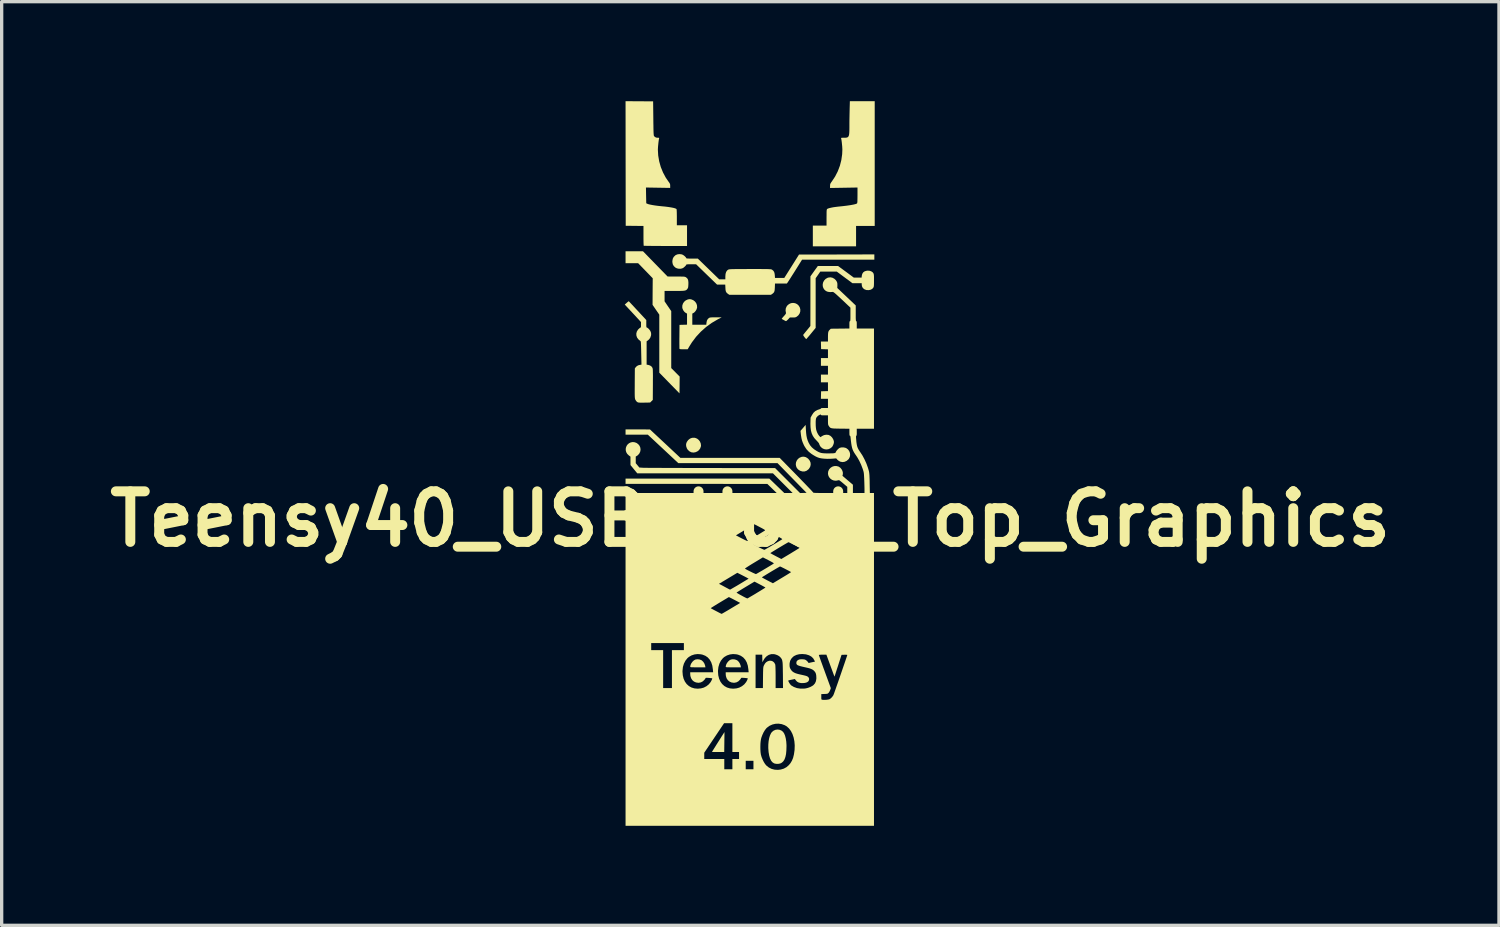
<source format=kicad_pcb>
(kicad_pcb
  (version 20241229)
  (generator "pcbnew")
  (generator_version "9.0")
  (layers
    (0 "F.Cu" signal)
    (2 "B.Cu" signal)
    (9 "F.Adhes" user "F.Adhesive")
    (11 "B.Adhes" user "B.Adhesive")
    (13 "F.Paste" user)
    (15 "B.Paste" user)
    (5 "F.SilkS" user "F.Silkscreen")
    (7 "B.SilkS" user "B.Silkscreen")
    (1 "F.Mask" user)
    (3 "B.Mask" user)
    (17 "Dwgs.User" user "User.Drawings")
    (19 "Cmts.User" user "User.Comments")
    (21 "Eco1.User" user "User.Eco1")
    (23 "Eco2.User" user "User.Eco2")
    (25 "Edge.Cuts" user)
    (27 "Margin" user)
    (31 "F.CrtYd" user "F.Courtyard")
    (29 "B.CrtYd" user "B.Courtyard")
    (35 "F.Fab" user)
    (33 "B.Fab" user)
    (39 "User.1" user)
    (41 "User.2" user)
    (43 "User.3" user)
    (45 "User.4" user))
  (footprint "Teensy40_USB_Host_Top_Graphics"
    (layer "F.Cu")
    (at 19.565 12.594)
    (property "Reference" "Teensy40_USB_Host_Top_Graphics" (at 0 0 0) (layer "F.SilkS") (effects (font (size 1.524 1.524) (thickness 0.3))))
    (attr board_only exclude_from_pos_files exclude_from_bom)
    (fp_poly (pts (xy -1.536 4.232) (xy -1.48 4.252) (xy -1.459 4.264) (xy -1.417 4.305) (xy -1.383 4.358) (xy -1.362 4.417) (xy -1.359 4.431) (xy -1.353 4.47) (xy -1.582 4.47) (xy -1.658 4.47) (xy -1.714 4.469) (xy -1.755 4.468) (xy -1.783 4.467) (xy -1.799 4.464) (xy -1.808 4.46) (xy -1.811 4.454) (xy -1.811 4.451) (xy -1.802 4.401) (xy -1.778 4.349) (xy -1.743 4.301) (xy -1.701 4.261) (xy -1.657 4.237) (xy -1.656 4.236) (xy -1.598 4.227)) (stroke (width 0) (type solid)) (fill yes) (layer "F.SilkS"))
    (fp_poly (pts (xy -0.778 6.433) (xy -0.779 6.462) (xy -0.779 6.507) (xy -0.78 6.565) (xy -0.781 6.634) (xy -0.782 6.71) (xy -0.782 6.723) (xy -0.786 7.023) (xy -1.155 7.023) (xy -1.142 6.998) (xy -1.133 6.983) (xy -1.115 6.954) (xy -1.09 6.913) (xy -1.058 6.863) (xy -1.023 6.806) (xy -0.985 6.746) (xy -0.945 6.683) (xy -0.907 6.623) (xy -0.871 6.565) (xy -0.838 6.514) (xy -0.811 6.472) (xy -0.791 6.441) (xy -0.78 6.424) (xy -0.779 6.422)) (stroke (width 0) (type solid)) (fill yes) (layer "F.SilkS"))
    (fp_poly (pts (xy -0.467 4.232) (xy -0.41 4.252) (xy -0.389 4.264) (xy -0.347 4.305) (xy -0.314 4.358) (xy -0.292 4.417) (xy -0.29 4.431) (xy -0.283 4.47) (xy -0.512 4.47) (xy -0.588 4.47) (xy -0.644 4.469) (xy -0.685 4.468) (xy -0.713 4.467) (xy -0.73 4.464) (xy -0.738 4.46) (xy -0.741 4.454) (xy -0.741 4.451) (xy -0.732 4.401) (xy -0.708 4.349) (xy -0.673 4.301) (xy -0.631 4.261) (xy -0.587 4.237) (xy -0.586 4.236) (xy -0.528 4.227)) (stroke (width 0) (type solid)) (fill yes) (layer "F.SilkS"))
    (fp_poly (pts (xy -1.66 -2.445) (xy -1.604 -2.423) (xy -1.555 -2.384) (xy -1.517 -2.334) (xy -1.493 -2.276) (xy -1.486 -2.216) (xy -1.488 -2.192) (xy -1.509 -2.131) (xy -1.545 -2.08) (xy -1.593 -2.04) (xy -1.65 -2.014) (xy -1.712 -2.003) (xy -1.774 -2.011) (xy -1.785 -2.015) (xy -1.843 -2.046) (xy -1.889 -2.093) (xy -1.913 -2.133) (xy -1.934 -2.199) (xy -1.935 -2.262) (xy -1.914 -2.322) (xy -1.873 -2.379) (xy -1.871 -2.381) (xy -1.817 -2.424) (xy -1.756 -2.447) (xy -1.689 -2.45)) (stroke (width 0) (type solid)) (fill yes) (layer "F.SilkS"))
    (fp_poly (pts (xy 1.677 -1.863) (xy 1.733 -1.827) (xy 1.749 -1.813) (xy 1.793 -1.756) (xy 1.817 -1.696) (xy 1.82 -1.634) (xy 1.804 -1.572) (xy 1.768 -1.515) (xy 1.752 -1.497) (xy 1.697 -1.455) (xy 1.637 -1.434) (xy 1.572 -1.433) (xy 1.506 -1.453) (xy 1.495 -1.458) (xy 1.44 -1.495) (xy 1.401 -1.542) (xy 1.379 -1.596) (xy 1.371 -1.653) (xy 1.379 -1.71) (xy 1.401 -1.763) (xy 1.437 -1.811) (xy 1.486 -1.849) (xy 1.549 -1.874) (xy 1.557 -1.876) (xy 1.617 -1.879)) (stroke (width 0) (type solid)) (fill yes) (layer "F.SilkS"))
    (fp_poly (pts (xy 0.884 6.353) (xy 0.942 6.378) (xy 0.987 6.415) (xy 1.02 6.464) (xy 1.048 6.53) (xy 1.069 6.613) (xy 1.084 6.708) (xy 1.091 6.815) (xy 1.091 6.852) (xy 1.087 6.977) (xy 1.077 7.084) (xy 1.058 7.172) (xy 1.032 7.244) (xy 0.997 7.3) (xy 0.954 7.341) (xy 0.916 7.363) (xy 0.861 7.378) (xy 0.799 7.381) (xy 0.739 7.372) (xy 0.713 7.362) (xy 0.666 7.331) (xy 0.627 7.283) (xy 0.595 7.217) (xy 0.57 7.133) (xy 0.552 7.03) (xy 0.55 7.011) (xy 0.542 6.903) (xy 0.543 6.797) (xy 0.552 6.696) (xy 0.569 6.604) (xy 0.593 6.524) (xy 0.624 6.458) (xy 0.65 6.422) (xy 0.7 6.38) (xy 0.758 6.354) (xy 0.821 6.345)) (stroke (width 0) (type solid)) (fill yes) (layer "F.SilkS"))
    (fp_poly (pts (xy 1.351 -6.505) (xy 1.409 -6.478) (xy 1.412 -6.476) (xy 1.461 -6.43) (xy 1.493 -6.375) (xy 1.508 -6.315) (xy 1.506 -6.253) (xy 1.486 -6.194) (xy 1.45 -6.141) (xy 1.41 -6.107) (xy 1.385 -6.09) (xy 1.363 -6.081) (xy 1.336 -6.076) (xy 1.297 -6.075) (xy 1.279 -6.075) (xy 1.193 -6.075) (xy 1.141 -6.019) (xy 1.113 -5.992) (xy 1.09 -5.972) (xy 1.077 -5.965) (xy 1.076 -5.965) (xy 1.061 -5.97) (xy 1.035 -5.983) (xy 1.012 -5.996) (xy 0.981 -6.013) (xy 0.957 -6.026) (xy 0.948 -6.03) (xy 0.95 -6.039) (xy 0.965 -6.06) (xy 0.988 -6.089) (xy 1.01 -6.113) (xy 1.045 -6.152) (xy 1.066 -6.181) (xy 1.075 -6.201) (xy 1.075 -6.212) (xy 1.063 -6.285) (xy 1.07 -6.35) (xy 1.097 -6.41) (xy 1.119 -6.439) (xy 1.168 -6.48) (xy 1.226 -6.506) (xy 1.289 -6.514)) (stroke (width 0) (type solid)) (fill yes) (layer "F.SilkS"))
    (fp_poly (pts (xy -2.494 -7.31) (xy -2.234 -7.309) (xy -2.153 -7.309) (xy -2.09 -7.308) (xy -2.043 -7.307) (xy -2.008 -7.306) (xy -1.984 -7.303) (xy -1.966 -7.299) (xy -1.953 -7.294) (xy -1.941 -7.287) (xy -1.937 -7.285) (xy -1.906 -7.259) (xy -1.884 -7.229) (xy -1.872 -7.19) (xy -1.866 -7.138) (xy -1.866 -7.081) (xy -1.869 -7.029) (xy -1.872 -6.994) (xy -1.878 -6.969) (xy -1.888 -6.949) (xy -1.893 -6.942) (xy -1.907 -6.923) (xy -1.922 -6.908) (xy -1.94 -6.897) (xy -1.963 -6.888) (xy -1.994 -6.882) (xy -2.036 -6.878) (xy -2.09 -6.876) (xy -2.16 -6.875) (xy -2.248 -6.874) (xy -2.287 -6.874) (xy -2.584 -6.874) (xy -2.584 -6.718) (xy -2.584 -6.562) (xy -2.484 -6.414) (xy -2.383 -6.267) (xy -2.383 -4.55) (xy -2.256 -4.422) (xy -2.129 -4.294) (xy -2.131 -4.041) (xy -2.134 -3.787) (xy -2.439 -4.099) (xy -2.743 -4.411) (xy -2.743 -6.16) (xy -2.845 -6.308) (xy -2.946 -6.456) (xy -2.944 -6.856) (xy -2.941 -7.257) (xy -3.161 -7.484) (xy -3.381 -7.711) (xy -3.76 -7.711) (xy -3.76 -8.071) (xy -3.235 -8.071)) (stroke (width 0) (type solid)) (fill yes) (layer "F.SilkS"))
    (fp_poly (pts (xy -1.78 -6.62) (xy -1.777 -6.62) (xy -1.718 -6.595) (xy -1.668 -6.556) (xy -1.63 -6.505) (xy -1.608 -6.447) (xy -1.603 -6.385) (xy -1.604 -6.372) (xy -1.619 -6.322) (xy -1.647 -6.273) (xy -1.682 -6.233) (xy -1.71 -6.212) (xy -1.748 -6.192) (xy -1.748 -5.857) (xy -1.327 -5.857) (xy -1.321 -5.915) (xy -1.308 -5.979) (xy -1.282 -6.027) (xy -1.247 -6.059) (xy -1.232 -6.067) (xy -1.214 -6.072) (xy -1.191 -6.076) (xy -1.157 -6.078) (xy -1.11 -6.079) (xy -1.045 -6.08) (xy -1.038 -6.08) (xy -0.863 -6.079) (xy -0.98 -6.018) (xy -1.163 -5.911) (xy -1.334 -5.787) (xy -1.491 -5.647) (xy -1.633 -5.494) (xy -1.759 -5.327) (xy -1.84 -5.198) (xy -1.887 -5.116) (xy -2.008 -5.116) (xy -2.066 -5.117) (xy -2.105 -5.119) (xy -2.127 -5.124) (xy -2.135 -5.129) (xy -2.136 -5.143) (xy -2.137 -5.175) (xy -2.137 -5.223) (xy -2.138 -5.284) (xy -2.138 -5.357) (xy -2.138 -5.438) (xy -2.137 -5.497) (xy -2.134 -5.852) (xy -2.02 -5.855) (xy -1.907 -5.858) (xy -1.907 -6.192) (xy -1.946 -6.213) (xy -1.984 -6.243) (xy -2.018 -6.287) (xy -2.042 -6.338) (xy -2.05 -6.371) (xy -2.049 -6.434) (xy -2.03 -6.494) (xy -1.995 -6.547) (xy -1.947 -6.589) (xy -1.889 -6.616) (xy -1.849 -6.625) (xy -1.817 -6.627)) (stroke (width 0) (type solid)) (fill yes) (layer "F.SilkS"))
    (fp_poly (pts (xy 2.883 -7.452) (xy 3.119 -7.277) (xy 3.355 -7.277) (xy 3.36 -7.331) (xy 3.375 -7.39) (xy 3.405 -7.436) (xy 3.451 -7.468) (xy 3.512 -7.484) (xy 3.524 -7.486) (xy 3.588 -7.484) (xy 3.644 -7.467) (xy 3.688 -7.437) (xy 3.707 -7.413) (xy 3.715 -7.398) (xy 3.72 -7.381) (xy 3.724 -7.359) (xy 3.727 -7.328) (xy 3.728 -7.284) (xy 3.728 -7.224) (xy 3.728 -7.192) (xy 3.728 -7.124) (xy 3.727 -7.073) (xy 3.725 -7.037) (xy 3.722 -7.011) (xy 3.717 -6.992) (xy 3.71 -6.977) (xy 3.708 -6.973) (xy 3.673 -6.935) (xy 3.624 -6.91) (xy 3.566 -6.899) (xy 3.502 -6.902) (xy 3.487 -6.906) (xy 3.431 -6.929) (xy 3.39 -6.967) (xy 3.365 -7.017) (xy 3.358 -7.071) (xy 3.358 -7.107) (xy 3.08 -7.107) (xy 2.844 -7.282) (xy 2.608 -7.457) (xy 2.109 -7.457) (xy 2.04 -7.357) (xy 1.97 -7.258) (xy 1.97 -5.761) (xy 1.832 -5.592) (xy 1.79 -5.541) (xy 1.752 -5.497) (xy 1.721 -5.461) (xy 1.699 -5.436) (xy 1.687 -5.424) (xy 1.686 -5.423) (xy 1.676 -5.431) (xy 1.658 -5.451) (xy 1.634 -5.48) (xy 1.633 -5.481) (xy 1.611 -5.512) (xy 1.597 -5.536) (xy 1.594 -5.55) (xy 1.594 -5.55) (xy 1.602 -5.561) (xy 1.622 -5.586) (xy 1.65 -5.621) (xy 1.684 -5.663) (xy 1.706 -5.689) (xy 1.811 -5.818) (xy 1.812 -6.566) (xy 1.812 -7.314) (xy 1.923 -7.47) (xy 2.035 -7.626) (xy 2.646 -7.626)) (stroke (width 0) (type solid)) (fill yes) (layer "F.SilkS"))
    (fp_poly (pts (xy 1.676 -2.691) (xy 1.683 -2.592) (xy 1.693 -2.509) (xy 1.708 -2.437) (xy 1.728 -2.371) (xy 1.755 -2.308) (xy 1.758 -2.3) (xy 1.801 -2.225) (xy 1.854 -2.161) (xy 1.921 -2.103) (xy 1.998 -2.053) (xy 2.046 -2.026) (xy 2.089 -2.007) (xy 2.132 -1.993) (xy 2.18 -1.985) (xy 2.239 -1.98) (xy 2.311 -1.978) (xy 2.347 -1.978) (xy 2.422 -1.979) (xy 2.478 -1.98) (xy 2.519 -1.983) (xy 2.547 -1.989) (xy 2.564 -1.996) (xy 2.574 -2.007) (xy 2.578 -2.019) (xy 2.593 -2.048) (xy 2.619 -2.081) (xy 2.651 -2.114) (xy 2.684 -2.139) (xy 2.698 -2.147) (xy 2.751 -2.159) (xy 2.812 -2.159) (xy 2.869 -2.146) (xy 2.893 -2.136) (xy 2.944 -2.098) (xy 2.981 -2.049) (xy 3.003 -1.992) (xy 3.009 -1.931) (xy 2.999 -1.871) (xy 2.971 -1.816) (xy 2.957 -1.798) (xy 2.904 -1.753) (xy 2.843 -1.725) (xy 2.78 -1.716) (xy 2.716 -1.728) (xy 2.696 -1.736) (xy 2.661 -1.757) (xy 2.627 -1.785) (xy 2.621 -1.792) (xy 2.589 -1.828) (xy 2.483 -1.819) (xy 2.404 -1.815) (xy 2.32 -1.814) (xy 2.238 -1.818) (xy 2.163 -1.825) (xy 2.101 -1.836) (xy 2.091 -1.838) (xy 2.032 -1.857) (xy 1.971 -1.885) (xy 1.904 -1.924) (xy 1.845 -1.962) (xy 1.761 -2.029) (xy 1.692 -2.103) (xy 1.636 -2.189) (xy 1.615 -2.228) (xy 1.583 -2.3) (xy 1.559 -2.367) (xy 1.542 -2.436) (xy 1.529 -2.516) (xy 1.524 -2.554) (xy 1.513 -2.657) (xy 1.591 -2.747) (xy 1.668 -2.838)) (stroke (width 0) (type solid)) (fill yes) (layer "F.SilkS"))
    (fp_poly (pts (xy 3.75 -8.834) (xy 3.188 -8.834) (xy 3.188 -8.22) (xy 1.885 -8.22) (xy 1.885 -8.844) (xy 2.298 -8.844) (xy 2.298 -9.086) (xy 2.299 -9.165) (xy 2.299 -9.225) (xy 2.3 -9.269) (xy 2.302 -9.3) (xy 2.305 -9.321) (xy 2.309 -9.334) (xy 2.315 -9.343) (xy 2.318 -9.346) (xy 2.341 -9.358) (xy 2.381 -9.371) (xy 2.436 -9.384) (xy 2.501 -9.397) (xy 2.573 -9.407) (xy 2.648 -9.416) (xy 2.792 -9.431) (xy 2.915 -9.446) (xy 3.018 -9.461) (xy 3.1 -9.476) (xy 3.161 -9.49) (xy 3.202 -9.504) (xy 3.216 -9.513) (xy 3.221 -9.521) (xy 3.225 -9.539) (xy 3.228 -9.568) (xy 3.229 -9.612) (xy 3.23 -9.671) (xy 3.231 -9.749) (xy 3.231 -9.758) (xy 3.231 -9.992) (xy 2.818 -9.985) (xy 2.404 -9.978) (xy 2.404 -10.041) (xy 2.405 -10.072) (xy 2.409 -10.096) (xy 2.42 -10.119) (xy 2.438 -10.148) (xy 2.461 -10.179) (xy 2.557 -10.324) (xy 2.637 -10.481) (xy 2.7 -10.647) (xy 2.744 -10.82) (xy 2.769 -10.997) (xy 2.775 -11.135) (xy 2.773 -11.178) (xy 2.77 -11.232) (xy 2.764 -11.291) (xy 2.758 -11.351) (xy 2.751 -11.405) (xy 2.744 -11.447) (xy 2.738 -11.472) (xy 2.736 -11.482) (xy 2.741 -11.488) (xy 2.757 -11.491) (xy 2.787 -11.492) (xy 2.827 -11.492) (xy 2.87 -11.493) (xy 2.905 -11.497) (xy 2.932 -11.506) (xy 2.952 -11.522) (xy 2.967 -11.548) (xy 2.977 -11.585) (xy 2.983 -11.636) (xy 2.986 -11.702) (xy 2.987 -11.786) (xy 2.987 -11.848) (xy 2.987 -11.933) (xy 2.988 -12.032) (xy 2.99 -12.136) (xy 2.992 -12.238) (xy 2.994 -12.33) (xy 2.994 -12.338) (xy 3.001 -12.594) (xy 3.75 -12.594)) (stroke (width 0) (type solid)) (fill yes) (layer "F.SilkS"))
    (fp_poly (pts (xy -2.929 -12.589) (xy -2.923 -12.08) (xy -2.922 -11.954) (xy -2.92 -11.848) (xy -2.919 -11.76) (xy -2.917 -11.69) (xy -2.915 -11.635) (xy -2.912 -11.594) (xy -2.909 -11.567) (xy -2.906 -11.552) (xy -2.905 -11.549) (xy -2.875 -11.515) (xy -2.833 -11.496) (xy -2.793 -11.492) (xy -2.763 -11.492) (xy -2.749 -11.487) (xy -2.747 -11.478) (xy -2.748 -11.472) (xy -2.755 -11.444) (xy -2.762 -11.4) (xy -2.769 -11.345) (xy -2.775 -11.285) (xy -2.781 -11.226) (xy -2.784 -11.173) (xy -2.786 -11.135) (xy -2.776 -10.957) (xy -2.746 -10.781) (xy -2.698 -10.61) (xy -2.631 -10.445) (xy -2.548 -10.29) (xy -2.472 -10.179) (xy -2.444 -10.141) (xy -2.427 -10.114) (xy -2.419 -10.092) (xy -2.415 -10.067) (xy -2.415 -10.042) (xy -2.415 -9.98) (xy -2.78 -9.986) (xy -3.145 -9.992) (xy -3.141 -9.754) (xy -3.136 -9.517) (xy -3.094 -9.498) (xy -3.058 -9.486) (xy -3.004 -9.474) (xy -2.936 -9.461) (xy -2.858 -9.449) (xy -2.774 -9.438) (xy -2.687 -9.429) (xy -2.669 -9.427) (xy -2.563 -9.417) (xy -2.469 -9.405) (xy -2.387 -9.392) (xy -2.319 -9.379) (xy -2.268 -9.365) (xy -2.234 -9.35) (xy -2.223 -9.34) (xy -2.22 -9.326) (xy -2.218 -9.294) (xy -2.216 -9.247) (xy -2.215 -9.189) (xy -2.214 -9.122) (xy -2.214 -9.091) (xy -2.214 -8.855) (xy -1.907 -8.855) (xy -1.907 -8.23) (xy -2.556 -8.23) (xy -2.672 -8.23) (xy -2.781 -8.231) (xy -2.882 -8.231) (xy -2.973 -8.232) (xy -3.052 -8.233) (xy -3.117 -8.234) (xy -3.167 -8.235) (xy -3.199 -8.236) (xy -3.213 -8.237) (xy -3.213 -8.237) (xy -3.215 -8.249) (xy -3.216 -8.28) (xy -3.218 -8.326) (xy -3.219 -8.385) (xy -3.22 -8.454) (xy -3.22 -8.53) (xy -3.22 -8.539) (xy -3.22 -8.833) (xy -3.755 -8.839) (xy -3.758 -10.717) (xy -3.76 -12.594)) (stroke (width 0) (type solid)) (fill yes) (layer "F.SilkS"))
    (fp_poly (pts (xy -3.664 -6.564) (xy -3.655 -6.556) (xy -3.634 -6.534) (xy -3.602 -6.5) (xy -3.561 -6.456) (xy -3.511 -6.403) (xy -3.456 -6.343) (xy -3.396 -6.279) (xy -3.135 -5.997) (xy -3.135 -5.885) (xy -3.135 -5.834) (xy -3.133 -5.801) (xy -3.13 -5.782) (xy -3.124 -5.774) (xy -3.119 -5.773) (xy -3.104 -5.766) (xy -3.079 -5.747) (xy -3.056 -5.726) (xy -3.013 -5.67) (xy -2.991 -5.61) (xy -2.989 -5.546) (xy -3.009 -5.48) (xy -3.014 -5.469) (xy -3.044 -5.423) (xy -3.081 -5.387) (xy -3.083 -5.386) (xy -3.125 -5.357) (xy -3.125 -4.653) (xy -3.08 -4.646) (xy -3.023 -4.628) (xy -2.978 -4.598) (xy -2.951 -4.56) (xy -2.947 -4.549) (xy -2.943 -4.535) (xy -2.94 -4.516) (xy -2.938 -4.489) (xy -2.937 -4.453) (xy -2.936 -4.406) (xy -2.935 -4.345) (xy -2.935 -4.269) (xy -2.936 -4.177) (xy -2.936 -4.065) (xy -2.936 -4.057) (xy -2.939 -3.591) (xy -2.979 -3.551) (xy -3.019 -3.511) (xy -3.196 -3.508) (xy -3.262 -3.507) (xy -3.311 -3.507) (xy -3.345 -3.509) (xy -3.37 -3.511) (xy -3.387 -3.516) (xy -3.402 -3.523) (xy -3.409 -3.527) (xy -3.439 -3.555) (xy -3.464 -3.595) (xy -3.465 -3.596) (xy -3.47 -3.609) (xy -3.474 -3.622) (xy -3.477 -3.638) (xy -3.48 -3.66) (xy -3.482 -3.689) (xy -3.483 -3.727) (xy -3.484 -3.777) (xy -3.484 -3.84) (xy -3.484 -3.918) (xy -3.483 -4.015) (xy -3.483 -4.091) (xy -3.48 -4.539) (xy -3.455 -4.573) (xy -3.418 -4.611) (xy -3.369 -4.636) (xy -3.325 -4.646) (xy -3.28 -4.653) (xy -3.288 -5.004) (xy -3.29 -5.101) (xy -3.292 -5.178) (xy -3.294 -5.239) (xy -3.296 -5.285) (xy -3.298 -5.318) (xy -3.301 -5.341) (xy -3.305 -5.355) (xy -3.309 -5.363) (xy -3.312 -5.365) (xy -3.369 -5.411) (xy -3.41 -5.465) (xy -3.432 -5.524) (xy -3.436 -5.585) (xy -3.422 -5.646) (xy -3.388 -5.703) (xy -3.377 -5.716) (xy -3.35 -5.742) (xy -3.326 -5.761) (xy -3.314 -5.768) (xy -3.304 -5.774) (xy -3.298 -5.786) (xy -3.295 -5.81) (xy -3.295 -5.85) (xy -3.295 -5.856) (xy -3.295 -5.937) (xy -3.539 -6.201) (xy -3.784 -6.464) (xy -3.727 -6.515) (xy -3.698 -6.54) (xy -3.676 -6.557) (xy -3.664 -6.564)) (stroke (width 0) (type solid)) (fill yes) (layer "F.SilkS"))
    (fp_poly (pts (xy -2.082 -7.98) (xy -2.05 -7.971) (xy -2.021 -7.956) (xy -1.989 -7.933) (xy -1.96 -7.906) (xy -1.938 -7.88) (xy -1.928 -7.861) (xy -1.928 -7.859) (xy -1.917 -7.855) (xy -1.888 -7.852) (xy -1.84 -7.85) (xy -1.776 -7.849) (xy -1.755 -7.849) (xy -1.581 -7.849) (xy -1.259 -7.537) (xy -0.937 -7.224) (xy -0.752 -7.224) (xy -0.752 -7.312) (xy -0.746 -7.388) (xy -0.728 -7.448) (xy -0.698 -7.492) (xy -0.669 -7.514) (xy -0.661 -7.518) (xy -0.651 -7.522) (xy -0.638 -7.525) (xy -0.62 -7.527) (xy -0.596 -7.529) (xy -0.563 -7.531) (xy -0.521 -7.532) (xy -0.467 -7.533) (xy -0.399 -7.534) (xy -0.317 -7.534) (xy -0.218 -7.534) (xy -0.101 -7.535) (xy -0.006 -7.535) (xy 0.125 -7.535) (xy 0.237 -7.535) (xy 0.33 -7.535) (xy 0.408 -7.534) (xy 0.471 -7.534) (xy 0.522 -7.533) (xy 0.561 -7.531) (xy 0.591 -7.53) (xy 0.613 -7.528) (xy 0.629 -7.525) (xy 0.641 -7.522) (xy 0.65 -7.518) (xy 0.657 -7.514) (xy 0.694 -7.484) (xy 0.72 -7.444) (xy 0.734 -7.389) (xy 0.739 -7.344) (xy 0.744 -7.266) (xy 1.024 -7.266) (xy 1.246 -7.618) (xy 1.468 -7.971) (xy 2.604 -7.973) (xy 3.739 -7.976) (xy 3.739 -7.817) (xy 1.56 -7.817) (xy 1.356 -7.491) (xy 1.308 -7.415) (xy 1.262 -7.343) (xy 1.221 -7.278) (xy 1.185 -7.222) (xy 1.156 -7.177) (xy 1.136 -7.146) (xy 1.126 -7.131) (xy 1.101 -7.097) (xy 0.744 -7.097) (xy 0.74 -6.981) (xy 0.736 -6.92) (xy 0.73 -6.875) (xy 0.718 -6.842) (xy 0.699 -6.816) (xy 0.671 -6.792) (xy 0.657 -6.782) (xy 0.622 -6.758) (xy -0.632 -6.758) (xy -0.667 -6.782) (xy -0.701 -6.808) (xy -0.724 -6.835) (xy -0.739 -6.868) (xy -0.747 -6.913) (xy -0.75 -6.964) (xy -0.755 -7.065) (xy -0.878 -7.065) (xy -1.001 -7.065) (xy -1.318 -7.372) (xy -1.634 -7.679) (xy -1.781 -7.679) (xy -1.839 -7.679) (xy -1.885 -7.677) (xy -1.915 -7.674) (xy -1.928 -7.67) (xy -1.928 -7.669) (xy -1.936 -7.651) (xy -1.956 -7.627) (xy -1.984 -7.6) (xy -2.014 -7.575) (xy -2.037 -7.561) (xy -2.092 -7.544) (xy -2.152 -7.543) (xy -2.212 -7.556) (xy -2.258 -7.579) (xy -2.307 -7.625) (xy -2.337 -7.679) (xy -2.349 -7.745) (xy -2.349 -7.776) (xy -2.338 -7.843) (xy -2.31 -7.898) (xy -2.264 -7.944) (xy -2.25 -7.954) (xy -2.201 -7.976) (xy -2.142 -7.985)) (stroke (width 0) (type solid)) (fill yes) (layer "F.SilkS"))
    (fp_poly (pts (xy 2.478 -7.272) (xy 2.534 -7.241) (xy 2.581 -7.196) (xy 2.604 -7.16) (xy 2.618 -7.128) (xy 2.624 -7.097) (xy 2.625 -7.057) (xy 2.625 -7.038) (xy 2.622 -6.964) (xy 2.9 -6.701) (xy 3.178 -6.437) (xy 3.178 -6.2) (xy 3.178 -6.122) (xy 3.178 -6.063) (xy 3.18 -6.021) (xy 3.182 -5.992) (xy 3.185 -5.974) (xy 3.189 -5.966) (xy 3.194 -5.963) (xy 3.201 -5.96) (xy 3.206 -5.947) (xy 3.208 -5.922) (xy 3.209 -5.881) (xy 3.209 -5.852) (xy 3.209 -5.741) (xy 3.728 -5.741) (xy 3.728 -2.722) (xy 3.209 -2.722) (xy 3.209 -2.616) (xy 3.209 -2.565) (xy 3.206 -2.532) (xy 3.202 -2.515) (xy 3.196 -2.51) (xy 3.19 -2.506) (xy 3.187 -2.491) (xy 3.187 -2.461) (xy 3.19 -2.414) (xy 3.191 -2.407) (xy 3.198 -2.322) (xy 3.208 -2.253) (xy 3.22 -2.196) (xy 3.237 -2.146) (xy 3.26 -2.099) (xy 3.29 -2.051) (xy 3.317 -2.011) (xy 3.384 -1.908) (xy 3.446 -1.791) (xy 3.502 -1.666) (xy 3.547 -1.54) (xy 3.571 -1.459) (xy 3.578 -1.429) (xy 3.583 -1.398) (xy 3.587 -1.363) (xy 3.591 -1.32) (xy 3.593 -1.266) (xy 3.596 -1.198) (xy 3.598 -1.114) (xy 3.598 -1.078) (xy 3.604 -0.784) (xy 3.728 -0.784) (xy 3.728 9.247) (xy -3.76 9.247) (xy -3.76 7.234) (xy -1.388 7.234) (xy -0.784 7.234) (xy -0.784 7.542) (xy -0.54 7.542) (xy -0.138 7.542) (xy 0.095 7.542) (xy 0.095 7.287) (xy -0.138 7.287) (xy -0.138 7.542) (xy -0.54 7.542) (xy -0.54 7.234) (xy -0.339 7.234) (xy -0.339 7.023) (xy -0.54 7.023) (xy -0.54 6.861) (xy 0.303 6.861) (xy 0.304 6.947) (xy 0.309 7.027) (xy 0.318 7.094) (xy 0.321 7.107) (xy 0.341 7.177) (xy 0.371 7.25) (xy 0.406 7.321) (xy 0.445 7.383) (xy 0.483 7.429) (xy 0.556 7.488) (xy 0.641 7.531) (xy 0.733 7.555) (xy 0.833 7.561) (xy 0.917 7.551) (xy 1.009 7.524) (xy 1.091 7.479) (xy 1.153 7.426) (xy 1.21 7.36) (xy 1.255 7.284) (xy 1.29 7.198) (xy 1.315 7.097) (xy 1.332 6.98) (xy 1.335 6.953) (xy 1.339 6.823) (xy 1.329 6.7) (xy 1.306 6.585) (xy 1.271 6.481) (xy 1.224 6.389) (xy 1.166 6.312) (xy 1.098 6.25) (xy 1.038 6.215) (xy 0.947 6.182) (xy 0.852 6.168) (xy 0.757 6.172) (xy 0.665 6.194) (xy 0.579 6.233) (xy 0.503 6.289) (xy 0.487 6.304) (xy 0.443 6.359) (xy 0.401 6.428) (xy 0.364 6.507) (xy 0.334 6.588) (xy 0.322 6.636) (xy 0.312 6.699) (xy 0.305 6.777) (xy 0.303 6.861) (xy -0.54 6.861) (xy -0.54 6.154) (xy -0.79 6.154) (xy -1.388 7.044) (xy -1.388 7.234) (xy -3.76 7.234) (xy -3.76 3.951) (xy -2.987 3.951) (xy -2.627 3.951) (xy -2.627 5.095) (xy -2.362 5.095) (xy -2.362 4.597) (xy -2.044 4.597) (xy -2.035 4.71) (xy -2.011 4.811) (xy -1.971 4.9) (xy -1.918 4.974) (xy -1.851 5.034) (xy -1.773 5.078) (xy -1.684 5.105) (xy -1.586 5.114) (xy -1.488 5.105) (xy -1.401 5.081) (xy -1.321 5.039) (xy -1.251 4.983) (xy -1.195 4.914) (xy -1.169 4.866) (xy -1.155 4.835) (xy -1.147 4.812) (xy -1.146 4.804) (xy -1.159 4.799) (xy -1.187 4.795) (xy -1.224 4.791) (xy -1.263 4.788) (xy -1.3 4.786) (xy -1.329 4.786) (xy -1.343 4.788) (xy -1.344 4.789) (xy -1.352 4.803) (xy -1.368 4.827) (xy -1.381 4.844) (xy -1.43 4.892) (xy -1.49 4.924) (xy -1.557 4.936) (xy -1.565 4.936) (xy -1.636 4.926) (xy -1.698 4.899) (xy -1.748 4.856) (xy -1.784 4.799) (xy -1.806 4.73) (xy -1.811 4.669) (xy -1.811 4.618) (xy -1.12 4.618) (xy -1.122 4.597) (xy -0.974 4.597) (xy -0.966 4.71) (xy -0.941 4.811) (xy -0.901 4.9) (xy -0.848 4.974) (xy -0.781 5.034) (xy -0.703 5.078) (xy -0.614 5.105) (xy -0.516 5.114) (xy -0.418 5.105) (xy -0.38 5.095) (xy 0.159 5.095) (xy 0.38 5.095) (xy 0.383 4.78) (xy 0.384 4.689) (xy 0.385 4.618) (xy 0.387 4.562) (xy 0.388 4.519) (xy 0.391 4.487) (xy 0.394 4.463) (xy 0.398 4.444) (xy 0.404 4.428) (xy 0.411 4.412) (xy 0.411 4.412) (xy 0.441 4.358) (xy 0.475 4.319) (xy 0.52 4.29) (xy 0.524 4.288) (xy 0.577 4.271) (xy 0.631 4.273) (xy 0.68 4.292) (xy 0.72 4.327) (xy 0.748 4.376) (xy 0.751 4.384) (xy 0.755 4.41) (xy 0.758 4.456) (xy 0.76 4.522) (xy 0.762 4.608) (xy 0.763 4.714) (xy 0.763 4.76) (xy 0.763 5.095) (xy 0.986 5.095) (xy 0.984 4.868) (xy 1.145 4.868) (xy 1.145 4.881) (xy 1.156 4.906) (xy 1.173 4.937) (xy 1.194 4.969) (xy 1.216 4.997) (xy 1.235 5.016) (xy 1.315 5.063) (xy 1.407 5.096) (xy 1.508 5.112) (xy 1.616 5.112) (xy 1.674 5.105) (xy 1.741 5.088) (xy 1.81 5.062) (xy 1.871 5.029) (xy 1.905 5.004) (xy 1.949 4.953) (xy 1.978 4.889) (xy 1.991 4.811) (xy 1.991 4.788) (xy 1.988 4.72) (xy 1.979 4.668) (xy 1.961 4.625) (xy 1.933 4.587) (xy 1.932 4.586) (xy 1.904 4.559) (xy 1.872 4.537) (xy 1.832 4.518) (xy 1.781 4.5) (xy 1.715 4.483) (xy 1.657 4.47) (xy 1.574 4.451) (xy 1.51 4.435) (xy 1.462 4.42) (xy 1.428 4.406) (xy 1.406 4.389) (xy 1.394 4.371) (xy 1.388 4.349) (xy 1.388 4.333) (xy 1.397 4.291) (xy 1.426 4.258) (xy 1.465 4.238) (xy 1.502 4.229) (xy 1.551 4.227) (xy 1.601 4.229) (xy 1.643 4.236) (xy 1.656 4.241) (xy 1.684 4.258) (xy 1.714 4.284) (xy 1.739 4.312) (xy 1.749 4.332) (xy 1.762 4.337) (xy 1.79 4.333) (xy 1.822 4.325) (xy 1.863 4.316) (xy 1.888 4.311) (xy 1.949 4.299) (xy 1.933 4.263) (xy 1.895 4.198) (xy 1.84 4.146) (xy 1.77 4.107) (xy 1.741 4.098) (xy 2.065 4.098) (xy 2.069 4.109) (xy 2.079 4.139) (xy 2.095 4.184) (xy 2.116 4.244) (xy 2.142 4.316) (xy 2.172 4.398) (xy 2.204 4.488) (xy 2.24 4.584) (xy 2.246 4.602) (xy 2.427 5.097) (xy 2.409 5.15) (xy 2.392 5.189) (xy 2.371 5.224) (xy 2.362 5.236) (xy 2.346 5.252) (xy 2.332 5.262) (xy 2.312 5.268) (xy 2.281 5.271) (xy 2.236 5.273) (xy 2.14 5.277) (xy 2.14 5.36) (xy 2.14 5.402) (xy 2.142 5.427) (xy 2.147 5.44) (xy 2.157 5.445) (xy 2.169 5.448) (xy 2.206 5.451) (xy 2.252 5.451) (xy 2.302 5.448) (xy 2.346 5.442) (xy 2.38 5.434) (xy 2.39 5.43) (xy 2.428 5.403) (xy 2.467 5.363) (xy 2.499 5.319) (xy 2.505 5.307) (xy 2.511 5.292) (xy 2.524 5.259) (xy 2.541 5.211) (xy 2.563 5.149) (xy 2.588 5.077) (xy 2.617 4.995) (xy 2.648 4.907) (xy 2.68 4.814) (xy 2.713 4.718) (xy 2.746 4.623) (xy 2.778 4.529) (xy 2.809 4.439) (xy 2.838 4.355) (xy 2.864 4.279) (xy 2.886 4.213) (xy 2.904 4.16) (xy 2.916 4.122) (xy 2.923 4.101) (xy 2.923 4.097) (xy 2.914 4.093) (xy 2.888 4.091) (xy 2.851 4.09) (xy 2.837 4.091) (xy 2.75 4.094) (xy 2.721 4.184) (xy 2.709 4.221) (xy 2.692 4.273) (xy 2.671 4.338) (xy 2.649 4.409) (xy 2.625 4.483) (xy 2.615 4.512) (xy 2.539 4.751) (xy 2.521 4.708) (xy 2.513 4.687) (xy 2.499 4.65) (xy 2.48 4.598) (xy 2.457 4.535) (xy 2.431 4.465) (xy 2.403 4.389) (xy 2.399 4.377) (xy 2.294 4.089) (xy 2.18 4.089) (xy 2.133 4.089) (xy 2.096 4.092) (xy 2.072 4.095) (xy 2.065 4.098) (xy 1.741 4.098) (xy 1.685 4.081) (xy 1.662 4.077) (xy 1.565 4.069) (xy 1.474 4.075) (xy 1.392 4.095) (xy 1.323 4.128) (xy 1.288 4.153) (xy 1.235 4.211) (xy 1.201 4.274) (xy 1.185 4.345) (xy 1.183 4.385) (xy 1.184 4.432) (xy 1.189 4.466) (xy 1.2 4.497) (xy 1.213 4.522) (xy 1.24 4.563) (xy 1.272 4.596) (xy 1.314 4.625) (xy 1.367 4.649) (xy 1.435 4.67) (xy 1.52 4.69) (xy 1.553 4.697) (xy 1.607 4.709) (xy 1.656 4.721) (xy 1.695 4.733) (xy 1.719 4.743) (xy 1.72 4.743) (xy 1.756 4.774) (xy 1.773 4.811) (xy 1.77 4.854) (xy 1.769 4.856) (xy 1.747 4.895) (xy 1.708 4.922) (xy 1.652 4.939) (xy 1.603 4.944) (xy 1.525 4.944) (xy 1.462 4.93) (xy 1.41 4.902) (xy 1.369 4.858) (xy 1.361 4.847) (xy 1.345 4.822) (xy 1.248 4.842) (xy 1.205 4.851) (xy 1.17 4.86) (xy 1.149 4.866) (xy 1.145 4.868) (xy 0.984 4.868) (xy 0.983 4.7) (xy 0.981 4.591) (xy 0.98 4.5) (xy 0.978 4.427) (xy 0.976 4.367) (xy 0.972 4.32) (xy 0.966 4.283) (xy 0.96 4.254) (xy 0.951 4.23) (xy 0.939 4.209) (xy 0.925 4.189) (xy 0.91 4.171) (xy 0.868 4.132) (xy 0.811 4.101) (xy 0.747 4.079) (xy 0.709 4.072) (xy 0.631 4.073) (xy 0.559 4.094) (xy 0.495 4.134) (xy 0.438 4.192) (xy 0.402 4.249) (xy 0.365 4.316) (xy 0.359 4.089) (xy 0.159 4.089) (xy 0.159 5.095) (xy -0.38 5.095) (xy -0.331 5.081) (xy -0.251 5.039) (xy -0.181 4.983) (xy -0.125 4.914) (xy -0.099 4.866) (xy -0.085 4.835) (xy -0.077 4.812) (xy -0.076 4.804) (xy -0.089 4.799) (xy -0.117 4.795) (xy -0.154 4.791) (xy -0.194 4.788) (xy -0.231 4.786) (xy -0.259 4.786) (xy -0.273 4.788) (xy -0.274 4.789) (xy -0.282 4.803) (xy -0.299 4.827) (xy -0.311 4.844) (xy -0.36 4.892) (xy -0.42 4.924) (xy -0.488 4.936) (xy -0.495 4.936) (xy -0.567 4.926) (xy -0.628 4.899) (xy -0.678 4.856) (xy -0.715 4.799) (xy -0.736 4.73) (xy -0.741 4.669) (xy -0.741 4.618) (xy -0.05 4.618) (xy -0.058 4.532) (xy -0.075 4.419) (xy -0.107 4.321) (xy -0.153 4.239) (xy -0.213 4.172) (xy -0.286 4.122) (xy -0.371 4.088) (xy -0.424 4.077) (xy -0.521 4.07) (xy -0.614 4.082) (xy -0.702 4.111) (xy -0.78 4.156) (xy -0.824 4.193) (xy -0.886 4.27) (xy -0.931 4.359) (xy -0.961 4.46) (xy -0.974 4.571) (xy -0.974 4.597) (xy -1.122 4.597) (xy -1.128 4.532) (xy -1.145 4.419) (xy -1.177 4.321) (xy -1.223 4.239) (xy -1.282 4.172) (xy -1.355 4.122) (xy -1.441 4.088) (xy -1.494 4.077) (xy -1.59 4.07) (xy -1.684 4.082) (xy -1.772 4.111) (xy -1.85 4.156) (xy -1.894 4.193) (xy -1.955 4.27) (xy -2.001 4.359) (xy -2.031 4.46) (xy -2.043 4.571) (xy -2.044 4.597) (xy -2.362 4.597) (xy -2.362 3.951) (xy -2.002 3.951) (xy -2.002 3.739) (xy -2.987 3.739) (xy -2.987 3.951) (xy -3.76 3.951) (xy -3.76 2.688) (xy -1.192 2.688) (xy -1.181 2.695) (xy -1.155 2.709) (xy -1.118 2.729) (xy -1.073 2.753) (xy -1.025 2.778) (xy -0.977 2.803) (xy -0.933 2.826) (xy -0.897 2.844) (xy -0.873 2.855) (xy -0.865 2.859) (xy -0.854 2.854) (xy -0.827 2.839) (xy -0.787 2.816) (xy -0.735 2.786) (xy -0.675 2.751) (xy -0.608 2.711) (xy -0.58 2.694) (xy -0.305 2.529) (xy -0.393 2.482) (xy -0.446 2.454) (xy -0.503 2.424) (xy -0.555 2.397) (xy -0.563 2.393) (xy -0.645 2.352) (xy -0.921 2.517) (xy -0.99 2.559) (xy -1.052 2.597) (xy -1.105 2.63) (xy -1.148 2.657) (xy -1.177 2.676) (xy -1.191 2.686) (xy -1.192 2.688) (xy -3.76 2.688) (xy -3.76 2.217) (xy -0.414 2.217) (xy -0.406 2.225) (xy -0.384 2.239) (xy -0.349 2.26) (xy -0.307 2.284) (xy -0.26 2.309) (xy -0.213 2.335) (xy -0.169 2.358) (xy -0.131 2.377) (xy -0.103 2.389) (xy -0.09 2.394) (xy -0.079 2.389) (xy -0.051 2.374) (xy -0.011 2.35) (xy 0.041 2.32) (xy 0.101 2.285) (xy 0.168 2.245) (xy 0.188 2.232) (xy 0.256 2.191) (xy 0.317 2.154) (xy 0.37 2.121) (xy 0.412 2.095) (xy 0.441 2.076) (xy 0.455 2.066) (xy 0.455 2.065) (xy 0.447 2.058) (xy 0.422 2.044) (xy 0.384 2.023) (xy 0.337 1.997) (xy 0.291 1.973) (xy 0.126 1.887) (xy -0.142 2.048) (xy -0.21 2.089) (xy -0.272 2.127) (xy -0.325 2.16) (xy -0.368 2.187) (xy -0.398 2.206) (xy -0.413 2.216) (xy -0.414 2.217) (xy -3.76 2.217) (xy -3.76 1.953) (xy -0.944 1.953) (xy -0.85 2.002) (xy -0.8 2.029) (xy -0.748 2.057) (xy -0.702 2.082) (xy -0.688 2.089) (xy -0.654 2.108) (xy -0.626 2.121) (xy -0.611 2.128) (xy -0.611 2.128) (xy -0.6 2.123) (xy -0.573 2.108) (xy -0.533 2.085) (xy -0.481 2.055) (xy -0.42 2.02) (xy -0.353 1.98) (xy -0.326 1.964) (xy -0.051 1.798) (xy -0.107 1.767) (xy -0.123 1.758) (xy 0.35 1.758) (xy 0.359 1.765) (xy 0.384 1.779) (xy 0.421 1.8) (xy 0.469 1.825) (xy 0.515 1.85) (xy 0.681 1.936) (xy 0.955 1.771) (xy 1.023 1.73) (xy 1.086 1.692) (xy 1.139 1.659) (xy 1.182 1.632) (xy 1.212 1.612) (xy 1.227 1.602) (xy 1.229 1.601) (xy 1.22 1.594) (xy 1.195 1.58) (xy 1.16 1.561) (xy 1.116 1.538) (xy 1.068 1.513) (xy 1.02 1.488) (xy 0.975 1.466) (xy 0.937 1.447) (xy 0.909 1.435) (xy 0.896 1.43) (xy 0.896 1.43) (xy 0.885 1.435) (xy 0.859 1.45) (xy 0.82 1.472) (xy 0.772 1.5) (xy 0.717 1.533) (xy 0.657 1.568) (xy 0.596 1.605) (xy 0.536 1.641) (xy 0.48 1.675) (xy 0.431 1.706) (xy 0.391 1.73) (xy 0.363 1.748) (xy 0.35 1.757) (xy 0.35 1.758) (xy -0.123 1.758) (xy -0.141 1.749) (xy -0.186 1.725) (xy -0.237 1.699) (xy -0.277 1.678) (xy -0.391 1.621) (xy -0.667 1.787) (xy -0.944 1.953) (xy -3.76 1.953) (xy -3.76 1.495) (xy -0.161 1.495) (xy -0.145 1.506) (xy -0.115 1.523) (xy -0.074 1.545) (xy -0.027 1.569) (xy 0.022 1.593) (xy 0.07 1.617) (xy 0.113 1.636) (xy 0.146 1.651) (xy 0.167 1.659) (xy 0.171 1.659) (xy 0.184 1.653) (xy 0.213 1.637) (xy 0.255 1.613) (xy 0.308 1.582) (xy 0.369 1.547) (xy 0.435 1.507) (xy 0.441 1.504) (xy 0.508 1.464) (xy 0.569 1.427) (xy 0.622 1.395) (xy 0.664 1.369) (xy 0.693 1.351) (xy 0.707 1.342) (xy 0.707 1.342) (xy 0.707 1.335) (xy 0.694 1.323) (xy 0.666 1.305) (xy 0.622 1.281) (xy 0.56 1.248) (xy 0.551 1.243) (xy 0.38 1.156) (xy 0.105 1.322) (xy 0.037 1.363) (xy -0.024 1.401) (xy -0.077 1.435) (xy -0.119 1.462) (xy -0.147 1.482) (xy -0.161 1.493) (xy -0.161 1.495) (xy -3.76 1.495) (xy -3.76 1.027) (xy 0.604 1.027) (xy 0.613 1.034) (xy 0.638 1.048) (xy 0.675 1.069) (xy 0.723 1.094) (xy 0.769 1.119) (xy 0.935 1.205) (xy 1.209 1.041) (xy 1.277 0.999) (xy 1.34 0.961) (xy 1.393 0.928) (xy 1.436 0.901) (xy 1.467 0.882) (xy 1.481 0.871) (xy 1.483 0.87) (xy 1.474 0.863) (xy 1.449 0.849) (xy 1.414 0.829) (xy 1.37 0.806) (xy 1.322 0.781) (xy 1.274 0.757) (xy 1.229 0.734) (xy 1.191 0.716) (xy 1.164 0.703) (xy 1.151 0.699) (xy 1.151 0.699) (xy 1.14 0.704) (xy 1.113 0.719) (xy 1.075 0.741) (xy 1.026 0.769) (xy 0.971 0.802) (xy 0.911 0.838) (xy 0.85 0.874) (xy 0.79 0.911) (xy 0.734 0.945) (xy 0.685 0.975) (xy 0.645 1) (xy 0.617 1.018) (xy 0.604 1.027) (xy 0.604 1.027) (xy -3.76 1.027) (xy -3.76 0.757) (xy 0.087 0.757) (xy 0.093 0.764) (xy 0.116 0.777) (xy 0.15 0.796) (xy 0.193 0.819) (xy 0.24 0.843) (xy 0.289 0.868) (xy 0.335 0.89) (xy 0.375 0.909) (xy 0.406 0.922) (xy 0.423 0.928) (xy 0.425 0.928) (xy 0.439 0.922) (xy 0.468 0.906) (xy 0.51 0.882) (xy 0.562 0.852) (xy 0.623 0.816) (xy 0.689 0.777) (xy 0.695 0.773) (xy 0.762 0.733) (xy 0.823 0.696) (xy 0.875 0.664) (xy 0.918 0.638) (xy 0.947 0.62) (xy 0.96 0.611) (xy 0.961 0.61) (xy 0.96 0.603) (xy 0.948 0.592) (xy 0.921 0.575) (xy 0.879 0.551) (xy 0.82 0.52) (xy 0.805 0.512) (xy 0.637 0.426) (xy 0.364 0.59) (xy 0.295 0.631) (xy 0.233 0.669) (xy 0.178 0.701) (xy 0.135 0.728) (xy 0.104 0.747) (xy 0.088 0.756) (xy 0.087 0.757) (xy -3.76 0.757) (xy -3.76 0.492) (xy -0.433 0.492) (xy -0.267 0.579) (xy -0.212 0.607) (xy -0.164 0.631) (xy -0.124 0.649) (xy -0.097 0.66) (xy -0.086 0.662) (xy -0.074 0.655) (xy -0.045 0.639) (xy -0.004 0.615) (xy 0.048 0.584) (xy 0.109 0.549) (xy 0.175 0.509) (xy 0.179 0.507) (xy 0.245 0.467) (xy 0.306 0.43) (xy 0.358 0.398) (xy 0.4 0.372) (xy 0.429 0.354) (xy 0.443 0.345) (xy 0.443 0.344) (xy 0.444 0.338) (xy 0.436 0.328) (xy 0.416 0.314) (xy 0.382 0.294) (xy 0.332 0.267) (xy 0.29 0.245) (xy 0.123 0.158) (xy -0.155 0.325) (xy -0.433 0.492) (xy -3.76 0.492) (xy -3.76 -0.784) (xy 0.796 -0.784) (xy 0.655 -0.921) (xy 0.514 -1.058) (xy -1.623 -1.059) (xy -3.76 -1.059) (xy -3.76 -1.218) (xy 0.575 -1.218) (xy 0.8 -1.001) (xy 1.025 -0.784) (xy 1.276 -0.784) (xy 0.98 -1.08) (xy 0.683 -1.377) (xy -3.407 -1.377) (xy -3.611 -1.626) (xy -3.612 -1.754) (xy -3.612 -1.881) (xy -3.659 -1.915) (xy -3.708 -1.961) (xy -3.74 -2.016) (xy -3.755 -2.078) (xy -3.752 -2.141) (xy -3.73 -2.201) (xy -3.705 -2.24) (xy -3.656 -2.284) (xy -3.601 -2.31) (xy -3.542 -2.32) (xy -3.483 -2.313) (xy -3.427 -2.292) (xy -3.378 -2.256) (xy -3.338 -2.207) (xy -3.314 -2.148) (xy -3.308 -2.086) (xy -3.32 -2.025) (xy -3.349 -1.968) (xy -3.393 -1.921) (xy -3.417 -1.904) (xy -3.453 -1.883) (xy -3.453 -1.683) (xy -3.344 -1.552) (xy -3.232 -1.545) (xy -3.209 -1.544) (xy -3.167 -1.544) (xy -3.106 -1.543) (xy -3.027 -1.542) (xy -2.931 -1.542) (xy -2.82 -1.541) (xy -2.694 -1.541) (xy -2.555 -1.54) (xy -2.404 -1.539) (xy -2.242 -1.539) (xy -2.071 -1.539) (xy -1.89 -1.538) (xy -1.702 -1.538) (xy -1.507 -1.538) (xy -1.307 -1.537) (xy -1.186 -1.537) (xy 0.747 -1.536) (xy 1.5 -0.783) (xy 1.598 -0.786) (xy 1.696 -0.789) (xy 1.258 -1.237) (xy 0.821 -1.684) (xy -0.674 -1.684) (xy -2.169 -1.684) (xy -2.628 -2.113) (xy -3.088 -2.542) (xy -3.76 -2.542) (xy -3.76 -2.701) (xy -3.392 -2.701) (xy -3.024 -2.7) (xy -2.565 -2.272) (xy -2.107 -1.843) (xy 0.886 -1.843) (xy 1.389 -1.33) (xy 1.474 -1.243) (xy 1.554 -1.16) (xy 1.629 -1.083) (xy 1.697 -1.012) (xy 1.757 -0.949) (xy 1.808 -0.896) (xy 1.848 -0.853) (xy 1.876 -0.822) (xy 1.892 -0.804) (xy 1.894 -0.8) (xy 1.897 -0.796) (xy 1.904 -0.793) (xy 1.918 -0.791) (xy 1.939 -0.789) (xy 1.971 -0.787) (xy 2.014 -0.786) (xy 2.071 -0.785) (xy 2.142 -0.784) (xy 2.23 -0.784) (xy 2.336 -0.784) (xy 2.41 -0.784) (xy 2.923 -0.784) (xy 2.923 -0.97) (xy 2.801 -1.074) (xy 2.754 -1.114) (xy 2.72 -1.141) (xy 2.696 -1.159) (xy 2.679 -1.168) (xy 2.666 -1.17) (xy 2.653 -1.168) (xy 2.646 -1.166) (xy 2.582 -1.154) (xy 2.519 -1.16) (xy 2.461 -1.182) (xy 2.411 -1.219) (xy 2.372 -1.266) (xy 2.348 -1.324) (xy 2.341 -1.377) (xy 2.35 -1.441) (xy 2.377 -1.497) (xy 2.417 -1.542) (xy 2.468 -1.576) (xy 2.526 -1.595) (xy 2.589 -1.598) (xy 2.651 -1.584) (xy 2.667 -1.577) (xy 2.713 -1.545) (xy 2.751 -1.5) (xy 2.778 -1.448) (xy 2.791 -1.393) (xy 2.788 -1.342) (xy 2.787 -1.337) (xy 2.777 -1.303) (xy 2.935 -1.168) (xy 3.093 -1.034) (xy 3.093 -0.784) (xy 3.442 -0.784) (xy 3.442 -0.908) (xy 3.441 -0.963) (xy 3.439 -1.033) (xy 3.437 -1.108) (xy 3.434 -1.184) (xy 3.433 -1.218) (xy 3.429 -1.287) (xy 3.426 -1.34) (xy 3.422 -1.381) (xy 3.416 -1.417) (xy 3.407 -1.451) (xy 3.395 -1.489) (xy 3.386 -1.516) (xy 3.34 -1.636) (xy 3.285 -1.754) (xy 3.224 -1.861) (xy 3.195 -1.905) (xy 3.157 -1.96) (xy 3.126 -2.009) (xy 3.102 -2.055) (xy 3.082 -2.101) (xy 3.067 -2.15) (xy 3.054 -2.207) (xy 3.043 -2.275) (xy 3.033 -2.356) (xy 3.023 -2.449) (xy 3.018 -2.488) (xy 3.009 -2.507) (xy 3.002 -2.51) (xy 2.995 -2.514) (xy 2.99 -2.529) (xy 2.988 -2.557) (xy 2.987 -2.603) (xy 2.987 -2.616) (xy 2.987 -2.721) (xy 2.718 -2.724) (xy 2.63 -2.725) (xy 2.561 -2.727) (xy 2.508 -2.729) (xy 2.468 -2.734) (xy 2.438 -2.74) (xy 2.416 -2.749) (xy 2.399 -2.762) (xy 2.384 -2.779) (xy 2.369 -2.801) (xy 2.365 -2.807) (xy 2.355 -2.823) (xy 2.348 -2.84) (xy 2.344 -2.863) (xy 2.342 -2.895) (xy 2.341 -2.941) (xy 2.341 -2.983) (xy 2.341 -3.125) (xy 2.235 -3.125) (xy 2.186 -3.125) (xy 2.154 -3.127) (xy 2.136 -3.131) (xy 2.13 -3.137) (xy 2.129 -3.141) (xy 2.127 -3.15) (xy 2.116 -3.15) (xy 2.093 -3.142) (xy 2.089 -3.14) (xy 2.038 -3.11) (xy 2 -3.07) (xy 1.981 -3.03) (xy 1.975 -2.994) (xy 1.971 -2.943) (xy 1.971 -2.883) (xy 1.972 -2.82) (xy 1.976 -2.761) (xy 1.983 -2.71) (xy 1.986 -2.691) (xy 2.009 -2.621) (xy 2.04 -2.557) (xy 2.076 -2.506) (xy 2.087 -2.495) (xy 2.116 -2.467) (xy 2.164 -2.501) (xy 2.222 -2.529) (xy 2.287 -2.541) (xy 2.351 -2.536) (xy 2.368 -2.531) (xy 2.418 -2.505) (xy 2.462 -2.462) (xy 2.496 -2.41) (xy 2.517 -2.354) (xy 2.521 -2.317) (xy 2.514 -2.275) (xy 2.497 -2.227) (xy 2.473 -2.184) (xy 2.46 -2.168) (xy 2.407 -2.127) (xy 2.348 -2.103) (xy 2.285 -2.097) (xy 2.223 -2.108) (xy 2.166 -2.136) (xy 2.12 -2.178) (xy 2.099 -2.21) (xy 2.083 -2.242) (xy 2.08 -2.254) (xy 2.071 -2.278) (xy 2.049 -2.309) (xy 2.013 -2.349) (xy 1.992 -2.371) (xy 1.931 -2.438) (xy 1.885 -2.507) (xy 1.851 -2.582) (xy 1.828 -2.666) (xy 1.816 -2.762) (xy 1.812 -2.874) (xy 1.813 -2.905) (xy 1.817 -3.056) (xy 1.86 -3.135) (xy 1.904 -3.202) (xy 1.956 -3.251) (xy 2.02 -3.286) (xy 2.067 -3.302) (xy 2.102 -3.314) (xy 2.124 -3.325) (xy 2.129 -3.333) (xy 2.134 -3.34) (xy 2.151 -3.344) (xy 2.184 -3.346) (xy 2.234 -3.347) (xy 2.341 -3.347) (xy 2.341 -3.623) (xy 2.128 -3.623) (xy 2.131 -3.736) (xy 2.134 -3.85) (xy 2.238 -3.853) (xy 2.341 -3.856) (xy 2.341 -4.12) (xy 2.129 -4.12) (xy 2.129 -4.353) (xy 2.341 -4.353) (xy 2.341 -4.618) (xy 2.129 -4.618) (xy 2.129 -4.851) (xy 2.341 -4.851) (xy 2.341 -5.115) (xy 2.238 -5.118) (xy 2.134 -5.121) (xy 2.131 -5.235) (xy 2.128 -5.349) (xy 2.341 -5.349) (xy 2.341 -5.487) (xy 2.342 -5.553) (xy 2.345 -5.601) (xy 2.351 -5.637) (xy 2.362 -5.665) (xy 2.378 -5.688) (xy 2.399 -5.709) (xy 2.427 -5.736) (xy 2.707 -5.739) (xy 2.987 -5.742) (xy 2.987 -5.853) (xy 2.987 -5.903) (xy 2.989 -5.936) (xy 2.993 -5.955) (xy 2.999 -5.963) (xy 3.003 -5.963) (xy 3.008 -5.966) (xy 3.013 -5.976) (xy 3.015 -5.995) (xy 3.017 -6.026) (xy 3.018 -6.072) (xy 3.018 -6.136) (xy 3.018 -6.167) (xy 3.018 -6.371) (xy 2.765 -6.61) (xy 2.692 -6.678) (xy 2.633 -6.732) (xy 2.586 -6.775) (xy 2.55 -6.806) (xy 2.523 -6.827) (xy 2.504 -6.839) (xy 2.491 -6.845) (xy 2.487 -6.845) (xy 2.405 -6.84) (xy 2.337 -6.849) (xy 2.281 -6.872) (xy 2.238 -6.908) (xy 2.202 -6.96) (xy 2.184 -7.019) (xy 2.183 -7.079) (xy 2.197 -7.138) (xy 2.227 -7.191) (xy 2.269 -7.236) (xy 2.325 -7.269) (xy 2.354 -7.278) (xy 2.417 -7.285)) (stroke (width 0) (type solid)) (fill yes) (layer "F.SilkS")))
  (gr_rect
    (start -3 -3)
    (end 42.131 24.841)
    (stroke (width 0.1) (type default))
    (fill no)
    (layer "Edge.Cuts")))
</source>
